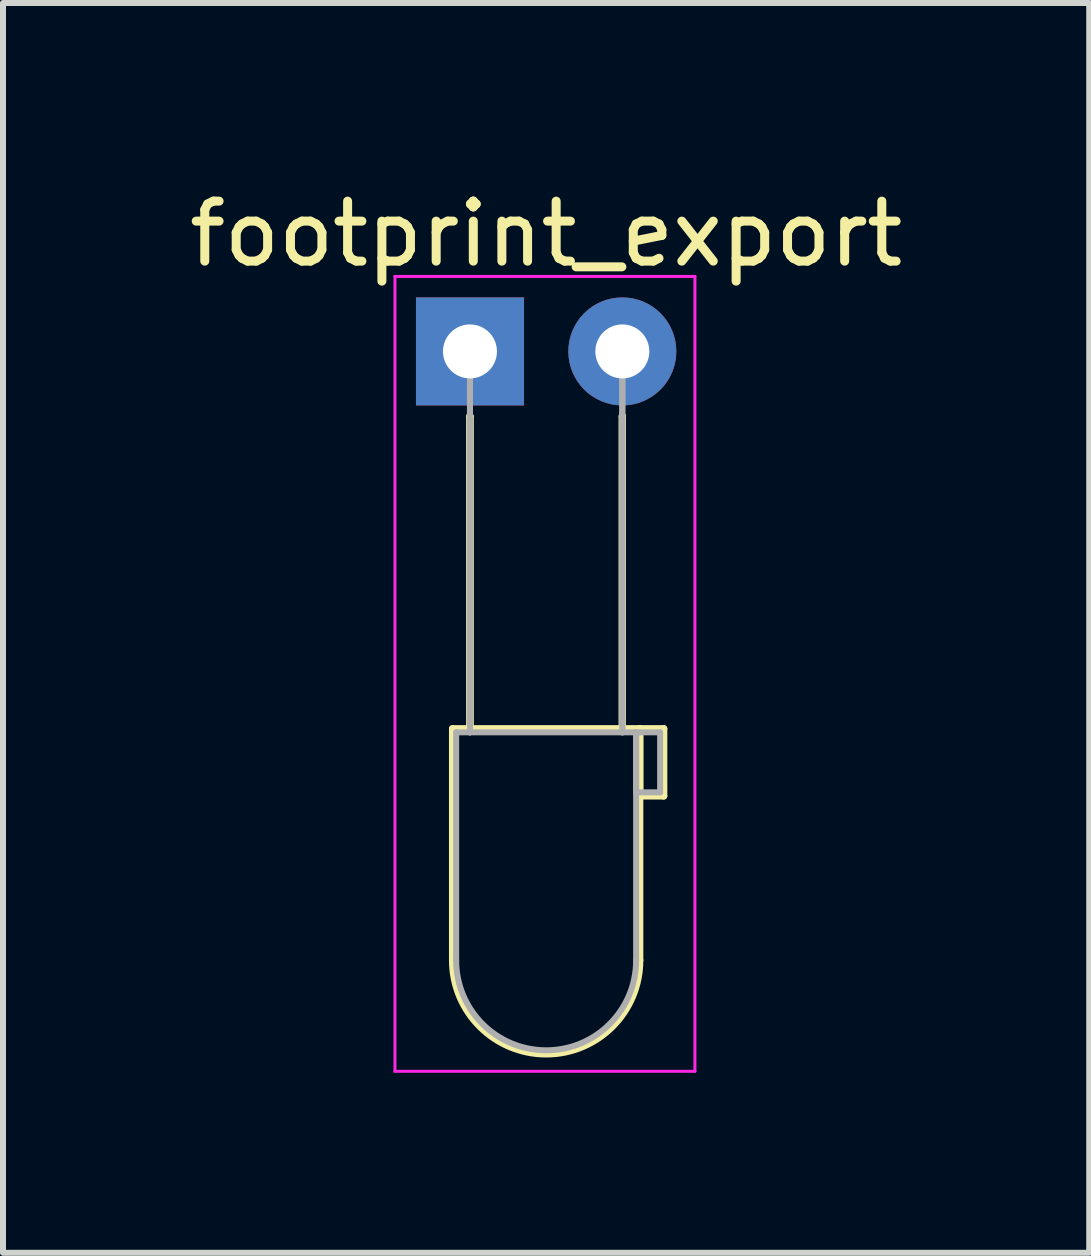
<source format=kicad_pcb>
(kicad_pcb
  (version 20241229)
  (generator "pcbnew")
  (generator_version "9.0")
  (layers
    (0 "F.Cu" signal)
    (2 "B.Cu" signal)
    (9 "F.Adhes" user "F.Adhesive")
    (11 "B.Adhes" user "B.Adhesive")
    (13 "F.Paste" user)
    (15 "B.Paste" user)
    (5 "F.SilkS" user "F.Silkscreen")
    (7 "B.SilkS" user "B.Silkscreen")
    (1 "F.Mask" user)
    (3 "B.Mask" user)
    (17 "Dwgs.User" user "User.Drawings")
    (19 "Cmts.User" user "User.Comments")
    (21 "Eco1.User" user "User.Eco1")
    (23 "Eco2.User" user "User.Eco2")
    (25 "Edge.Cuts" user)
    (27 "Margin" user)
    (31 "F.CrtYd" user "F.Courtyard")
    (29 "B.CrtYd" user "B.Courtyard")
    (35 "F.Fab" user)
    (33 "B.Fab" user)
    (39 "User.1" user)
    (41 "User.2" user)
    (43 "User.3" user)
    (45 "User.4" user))
  (footprint "footprint_export"
    (layer "F.Cu")
    (at 4.784 2.808)
    (property "Reference" "footprint_export" (at 1.27 -1.96 0) (layer "F.SilkS") (effects (font (size 1 1) (thickness 0.15))))
    (attr through_hole)
    (fp_line (start -0.29 6.29) (end -0.29 10.15) (stroke (width 0.12) (type solid)) (layer "F.SilkS"))
    (fp_line (start -0.29 6.29) (end 2.83 6.29) (stroke (width 0.12) (type solid)) (layer "F.SilkS"))
    (fp_line (start 0 1.08) (end 0 1.08) (stroke (width 0.12) (type solid)) (layer "F.SilkS"))
    (fp_line (start 0 1.08) (end 0 6.29) (stroke (width 0.12) (type solid)) (layer "F.SilkS"))
    (fp_line (start 0 6.29) (end 0 1.08) (stroke (width 0.12) (type solid)) (layer "F.SilkS"))
    (fp_line (start 0 6.29) (end 0 6.29) (stroke (width 0.12) (type solid)) (layer "F.SilkS"))
    (fp_line (start 2.54 1.08) (end 2.54 1.08) (stroke (width 0.12) (type solid)) (layer "F.SilkS"))
    (fp_line (start 2.54 1.08) (end 2.54 6.29) (stroke (width 0.12) (type solid)) (layer "F.SilkS"))
    (fp_line (start 2.54 6.29) (end 2.54 1.08) (stroke (width 0.12) (type solid)) (layer "F.SilkS"))
    (fp_line (start 2.54 6.29) (end 2.54 6.29) (stroke (width 0.12) (type solid)) (layer "F.SilkS"))
    (fp_line (start 2.83 6.29) (end 2.83 10.15) (stroke (width 0.12) (type solid)) (layer "F.SilkS"))
    (fp_line (start 2.83 6.29) (end 3.23 6.29) (stroke (width 0.12) (type solid)) (layer "F.SilkS"))
    (fp_line (start 2.83 7.41) (end 2.83 6.29) (stroke (width 0.12) (type solid)) (layer "F.SilkS"))
    (fp_line (start 3.23 6.29) (end 3.23 7.41) (stroke (width 0.12) (type solid)) (layer "F.SilkS"))
    (fp_line (start 3.23 7.41) (end 2.83 7.41) (stroke (width 0.12) (type solid)) (layer "F.SilkS"))
    (fp_arc (start 2.83 10.15) (mid 1.27 11.71) (end -0.29 10.15) (stroke (width 0.12) (type solid)) (layer "F.SilkS"))
    (fp_line (start -1.25 -1.25) (end -1.25 12) (stroke (width 0.05) (type solid)) (layer "F.CrtYd"))
    (fp_line (start -1.25 12) (end 3.75 12) (stroke (width 0.05) (type solid)) (layer "F.CrtYd"))
    (fp_line (start 3.75 -1.25) (end -1.25 -1.25) (stroke (width 0.05) (type solid)) (layer "F.CrtYd"))
    (fp_line (start 3.75 12) (end 3.75 -1.25) (stroke (width 0.05) (type solid)) (layer "F.CrtYd"))
    (fp_line (start -0.23 6.35) (end -0.23 10.15) (stroke (width 0.1) (type solid)) (layer "F.Fab"))
    (fp_line (start -0.23 6.35) (end 2.77 6.35) (stroke (width 0.1) (type solid)) (layer "F.Fab"))
    (fp_line (start 0 0) (end 0 0) (stroke (width 0.1) (type solid)) (layer "F.Fab"))
    (fp_line (start 0 0) (end 0 6.35) (stroke (width 0.1) (type solid)) (layer "F.Fab"))
    (fp_line (start 0 6.35) (end 0 0) (stroke (width 0.1) (type solid)) (layer "F.Fab"))
    (fp_line (start 0 6.35) (end 0 6.35) (stroke (width 0.1) (type solid)) (layer "F.Fab"))
    (fp_line (start 2.54 0) (end 2.54 0) (stroke (width 0.1) (type solid)) (layer "F.Fab"))
    (fp_line (start 2.54 0) (end 2.54 6.35) (stroke (width 0.1) (type solid)) (layer "F.Fab"))
    (fp_line (start 2.54 6.35) (end 2.54 0) (stroke (width 0.1) (type solid)) (layer "F.Fab"))
    (fp_line (start 2.54 6.35) (end 2.54 6.35) (stroke (width 0.1) (type solid)) (layer "F.Fab"))
    (fp_line (start 2.77 6.35) (end 2.77 10.15) (stroke (width 0.1) (type solid)) (layer "F.Fab"))
    (fp_line (start 2.77 6.35) (end 3.17 6.35) (stroke (width 0.1) (type solid)) (layer "F.Fab"))
    (fp_line (start 2.77 7.35) (end 2.77 6.35) (stroke (width 0.1) (type solid)) (layer "F.Fab"))
    (fp_line (start 3.17 6.35) (end 3.17 7.35) (stroke (width 0.1) (type solid)) (layer "F.Fab"))
    (fp_line (start 3.17 7.35) (end 2.77 7.35) (stroke (width 0.1) (type solid)) (layer "F.Fab"))
    (fp_arc (start 2.77 10.15) (mid 1.27 11.65) (end -0.23 10.15) (stroke (width 0.1) (type solid)) (layer "F.Fab"))
    (pad "1" thru_hole rect (at 0 0) (size 1.8 1.8) (drill 0.9) (layers "*.Cu" "*.Mask"))
    (pad "2" thru_hole circle (at 2.54 0) (size 1.8 1.8) (drill 0.9) (layers "*.Cu" "*.Mask")))
  (gr_rect
    (start -3 -3)
    (end 15.107 17.833)
    (stroke (width 0.1) (type default))
    (fill no)
    (layer "Edge.Cuts")))
</source>
